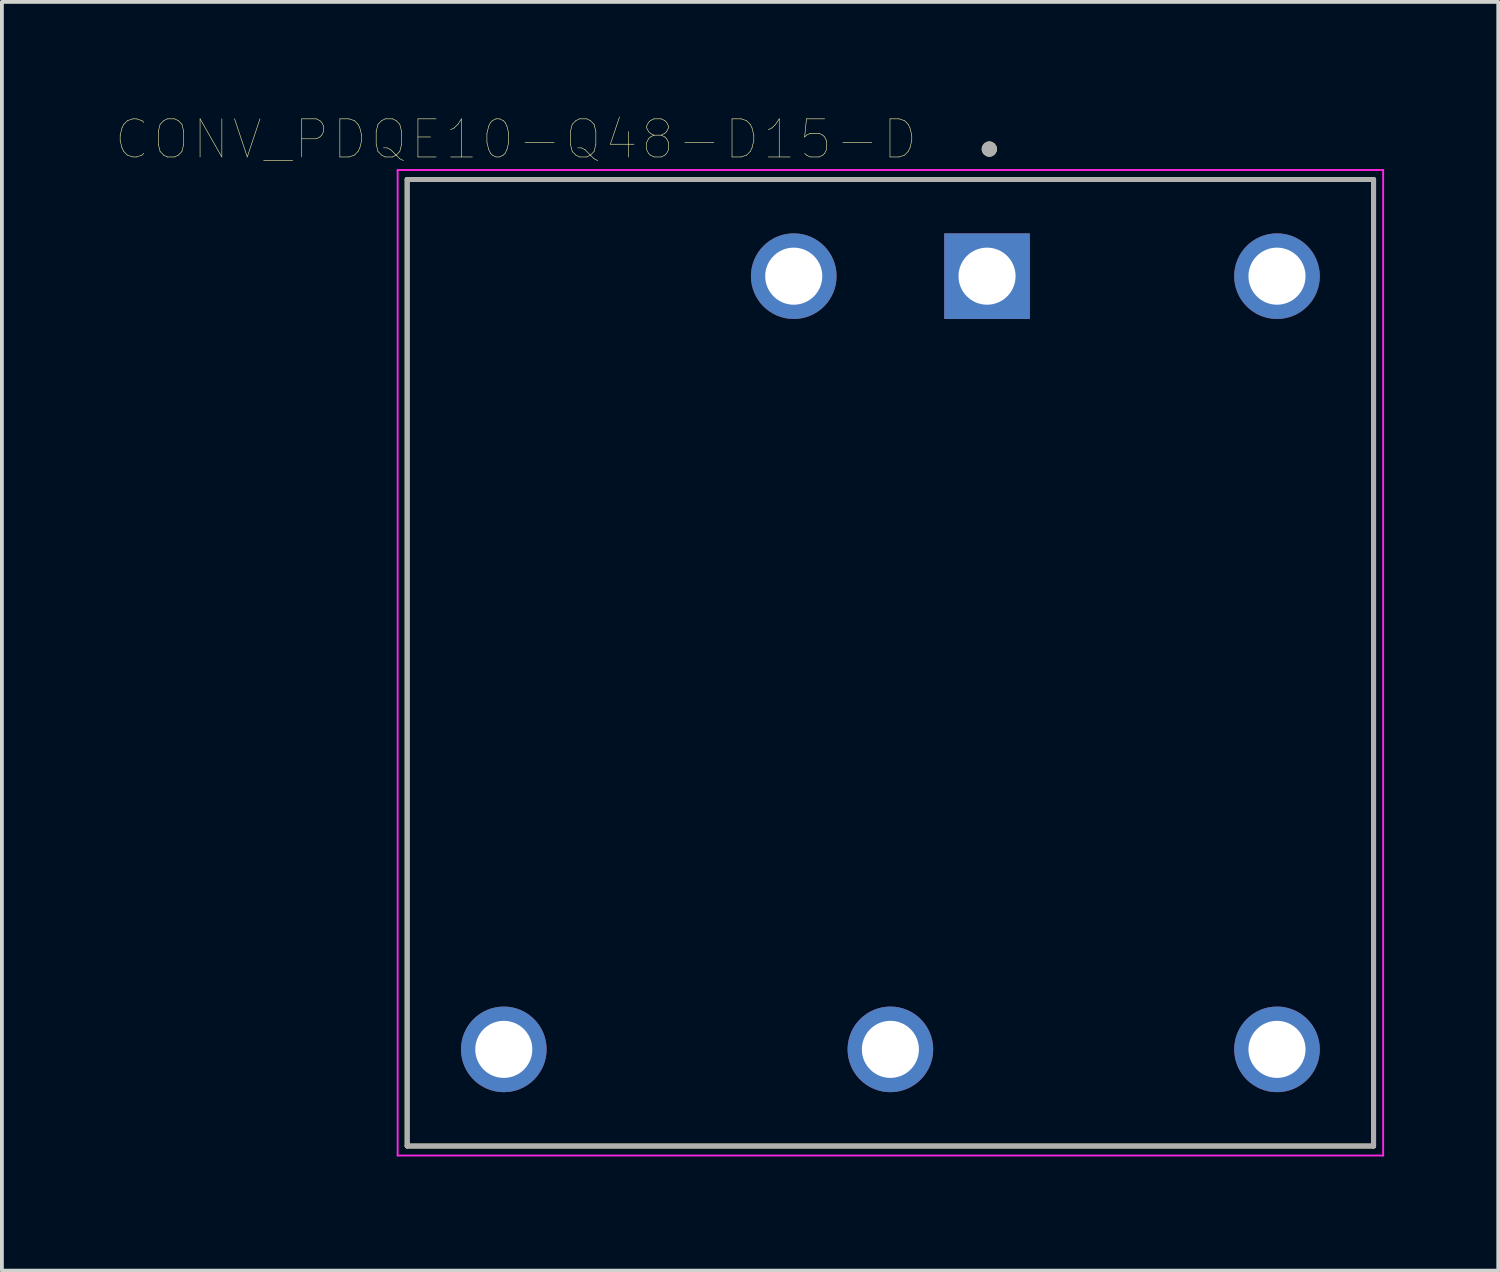
<source format=kicad_pcb>
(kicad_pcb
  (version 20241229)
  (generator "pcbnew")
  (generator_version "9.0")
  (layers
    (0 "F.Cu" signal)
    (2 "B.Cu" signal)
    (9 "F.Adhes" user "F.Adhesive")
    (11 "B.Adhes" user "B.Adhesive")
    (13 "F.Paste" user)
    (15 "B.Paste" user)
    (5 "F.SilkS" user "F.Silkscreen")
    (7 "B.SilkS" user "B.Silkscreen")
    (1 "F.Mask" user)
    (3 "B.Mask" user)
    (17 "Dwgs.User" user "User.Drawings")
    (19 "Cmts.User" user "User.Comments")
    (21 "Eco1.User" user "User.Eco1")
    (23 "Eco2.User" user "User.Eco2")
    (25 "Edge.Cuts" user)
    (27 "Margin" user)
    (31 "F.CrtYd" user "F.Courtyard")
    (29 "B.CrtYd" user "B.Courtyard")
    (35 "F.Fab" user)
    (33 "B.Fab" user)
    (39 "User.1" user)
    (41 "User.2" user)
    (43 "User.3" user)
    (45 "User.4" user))
  (footprint "CONV_PDQE10-Q48-D15-D"
    (layer "F.Cu")
    (at 20.35 14.368)
    (property "Reference" "CONV_PDQE10-Q48-D15-D" (at -9.84 -13.756 0) (layer "F.SilkS") (effects (font (size 1.002 1.002) (thickness 0.015))))
    (attr through_hole)
    (fp_line (start -12.7 -12.7) (end 12.7 -12.7) (stroke (width 0.127) (type solid)) (layer "F.SilkS"))
    (fp_line (start -12.7 12.7) (end -12.7 -12.7) (stroke (width 0.127) (type solid)) (layer "F.SilkS"))
    (fp_line (start 12.7 -12.7) (end 12.7 12.7) (stroke (width 0.127) (type solid)) (layer "F.SilkS"))
    (fp_line (start 12.7 12.7) (end -12.7 12.7) (stroke (width 0.127) (type solid)) (layer "F.SilkS"))
    (fp_circle (center 2.6 -13.5) (end 2.7 -13.5) (stroke (width 0.2) (type solid)) (fill no) (layer "F.SilkS"))
    (fp_line (start -12.95 -12.95) (end 12.95 -12.95) (stroke (width 0.05) (type solid)) (layer "F.CrtYd"))
    (fp_line (start -12.95 12.95) (end -12.95 -12.95) (stroke (width 0.05) (type solid)) (layer "F.CrtYd"))
    (fp_line (start 12.95 -12.95) (end 12.95 12.95) (stroke (width 0.05) (type solid)) (layer "F.CrtYd"))
    (fp_line (start 12.95 12.95) (end -12.95 12.95) (stroke (width 0.05) (type solid)) (layer "F.CrtYd"))
    (fp_line (start -12.7 -12.7) (end 12.7 -12.7) (stroke (width 0.127) (type solid)) (layer "F.Fab"))
    (fp_line (start -12.7 12.7) (end -12.7 -12.7) (stroke (width 0.127) (type solid)) (layer "F.Fab"))
    (fp_line (start 12.7 -12.7) (end 12.7 12.7) (stroke (width 0.127) (type solid)) (layer "F.Fab"))
    (fp_line (start 12.7 12.7) (end -12.7 12.7) (stroke (width 0.127) (type solid)) (layer "F.Fab"))
    (fp_circle (center 2.6 -13.5) (end 2.7 -13.5) (stroke (width 0.2) (type solid)) (fill no) (layer "F.Fab"))
    (pad "1" thru_hole rect (at 2.54 -10.16) (size 2.25 2.25) (drill 1.5) (layers "*.Cu" "*.Mask"))
    (pad "2" thru_hole circle (at -2.54 -10.16) (size 2.25 2.25) (drill 1.5) (layers "*.Cu" "*.Mask"))
    (pad "3" thru_hole circle (at -10.16 10.16) (size 2.25 2.25) (drill 1.5) (layers "*.Cu" "*.Mask"))
    (pad "4" thru_hole circle (at 0 10.16) (size 2.25 2.25) (drill 1.5) (layers "*.Cu" "*.Mask"))
    (pad "5" thru_hole circle (at 10.16 10.16) (size 2.25 2.25) (drill 1.5) (layers "*.Cu" "*.Mask"))
    (pad "6" thru_hole circle (at 10.16 -10.16) (size 2.25 2.25) (drill 1.5) (layers "*.Cu" "*.Mask")))
  (gr_rect
    (start -3 -3)
    (end 36.325 30.343)
    (stroke (width 0.1) (type default))
    (fill no)
    (layer "Edge.Cuts")))
</source>
